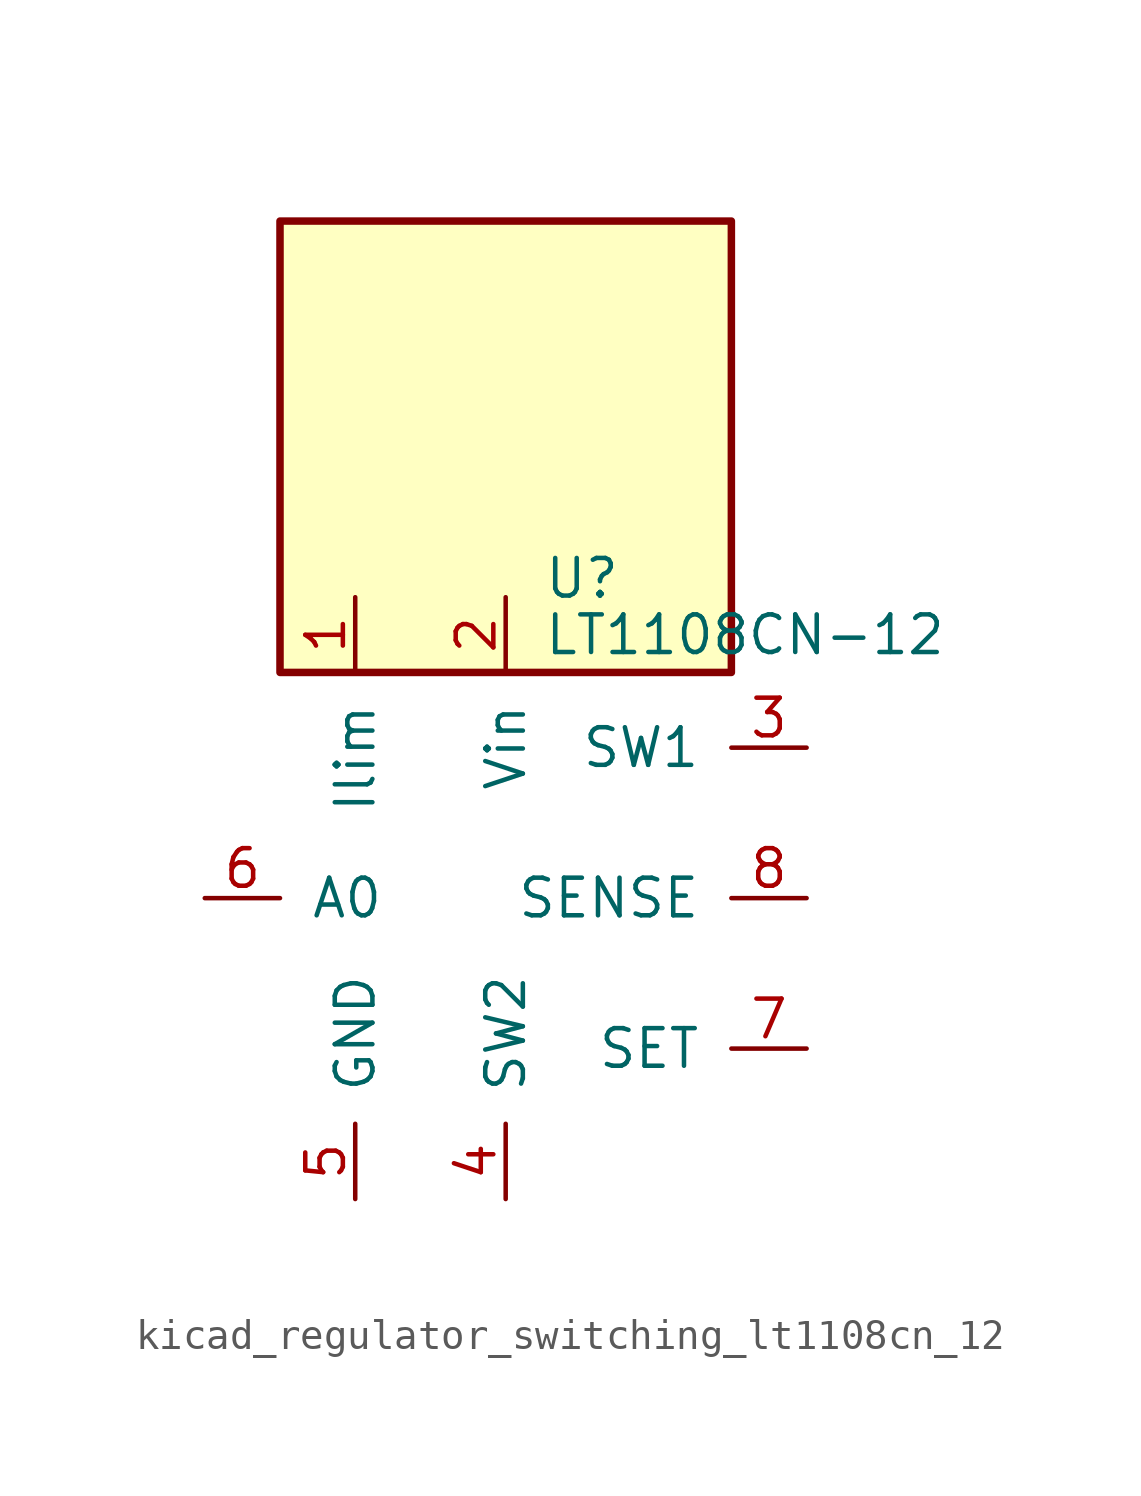
<source format=kicad_sym>
(kicad_symbol_lib
  (version 20220914)
  (generator kicad_symbol_editor)
  (symbol "kicad_regulator_switching_lt1108cn_12"
    (pin_names
      (offset 1.016))
    (property "Reference" "U"
      (at 1.27 10.795 0)
      (effects (font (size 1.27 1.27)) (justify left)))
    (property "Value" "LT1108CN-12"
      (at 1.27 8.89 0)
      (effects (font (size 1.27 1.27)) (justify left)))
    (symbol "kicad_regulator_switching_lt1108cn_12_0_1"
      (rectangle (start 7.62 22.86) (end -7.62 7.62) (stroke (width 0.254) (type default)) (fill (type background))))
    (symbol "kicad_regulator_switching_lt1108cn_12_1_1"
      (pin input line (at -5.08 10.16 270) (length 2.54) (name "Ilim" (effects (font (size 1.27 1.27)))) (number "1" (effects (font (size 1.27 1.27)))))
      (pin power_in line (at 0 10.16 270) (length 2.54) (name "Vin" (effects (font (size 1.27 1.27)))) (number "2" (effects (font (size 1.27 1.27)))))
      (pin input line (at 10.16 5.08 180) (length 2.54) (name "SW1" (effects (font (size 1.27 1.27)))) (number "3" (effects (font (size 1.27 1.27)))))
      (pin input line (at 0 -10.16 90) (length 2.54) (name "SW2" (effects (font (size 1.27 1.27)))) (number "4" (effects (font (size 1.27 1.27)))))
      (pin power_in line (at -5.08 -10.16 90) (length 2.54) (name "GND" (effects (font (size 1.27 1.27)))) (number "5" (effects (font (size 1.27 1.27)))))
      (pin output line (at -10.16 0 0) (length 2.54) (name "A0" (effects (font (size 1.27 1.27)))) (number "6" (effects (font (size 1.27 1.27)))))
      (pin input line (at 10.16 -5.08 180) (length 2.54) (name "SET" (effects (font (size 1.27 1.27)))) (number "7" (effects (font (size 1.27 1.27)))))
      (pin input line (at 10.16 0 180) (length 2.54) (name "SENSE" (effects (font (size 1.27 1.27)))) (number "8" (effects (font (size 1.27 1.27))))))))
</source>
